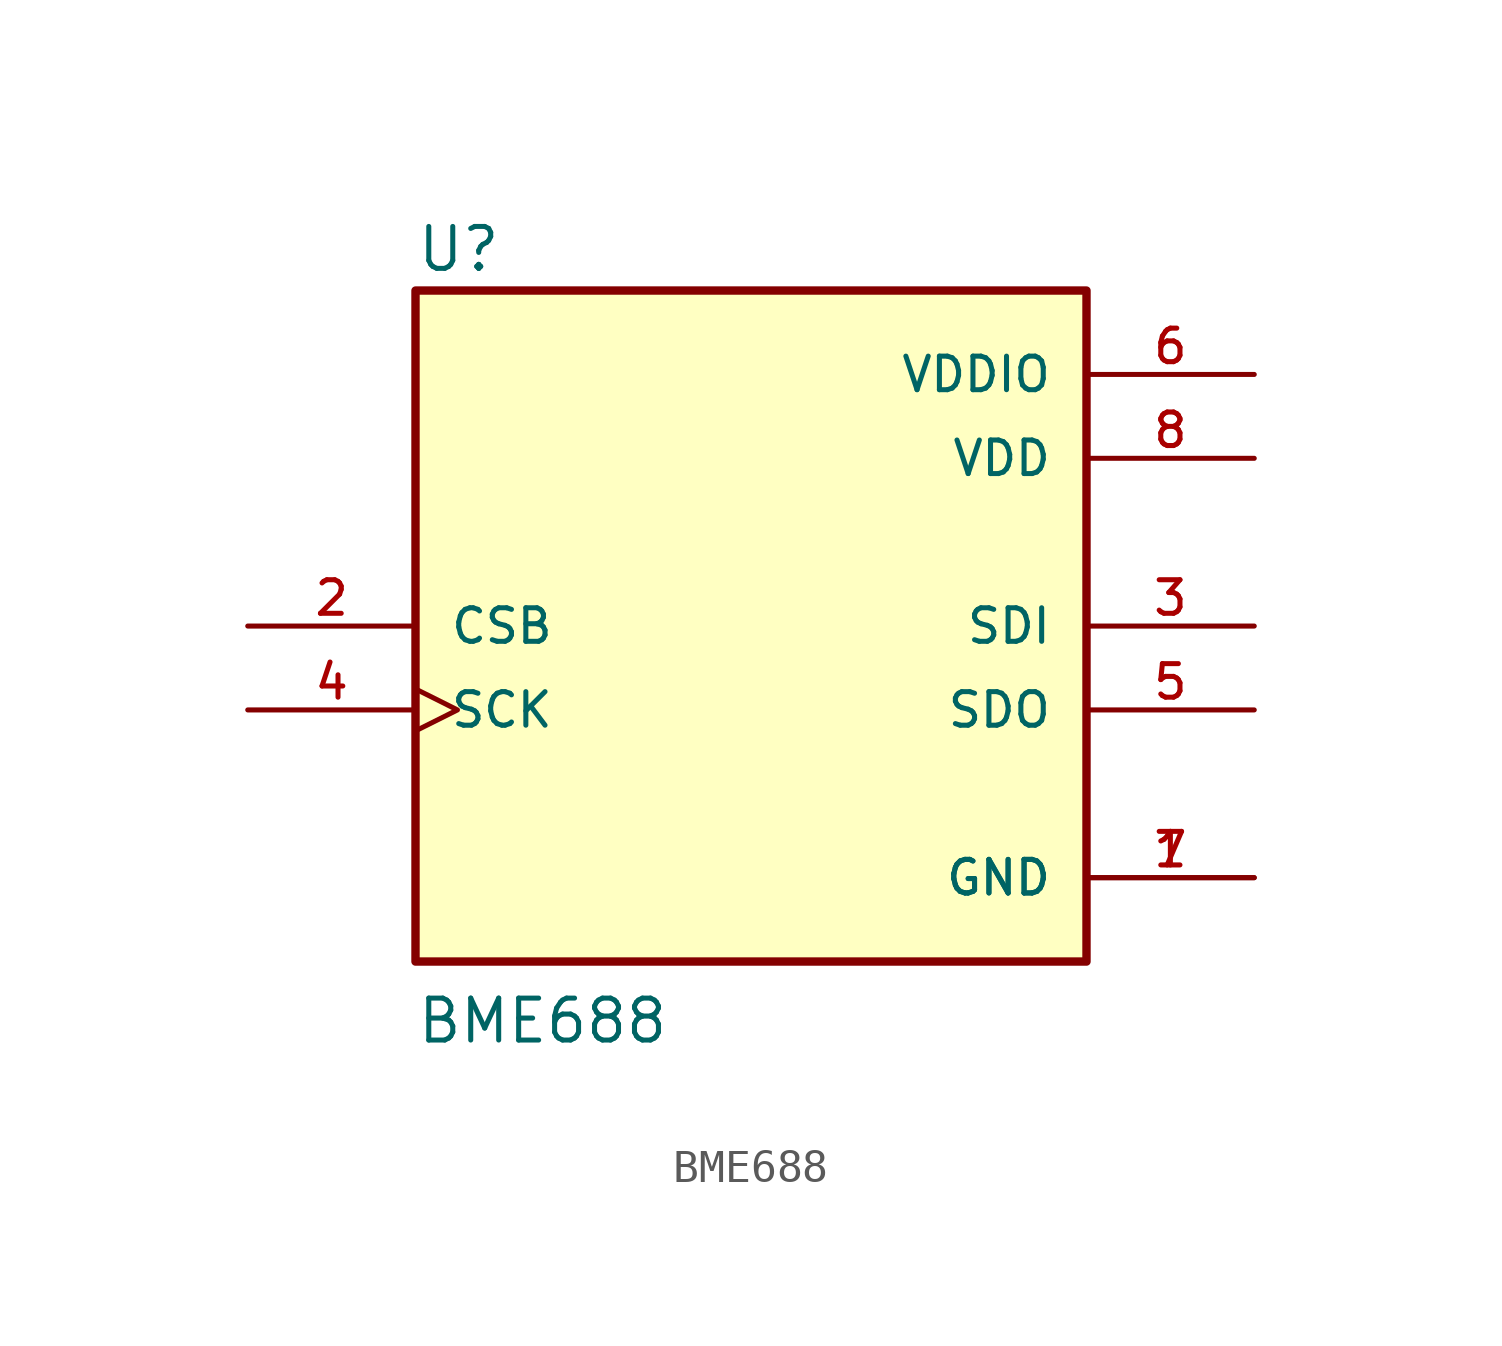
<source format=kicad_sym>
(kicad_symbol_lib
  (version 20211014)
  (generator kicad_symbol_editor)
  (symbol "BME688"
    (pin_names
      (offset 1.016))
    (property "Reference" "U"
      (at -10.16 10.668 0)
      (effects (font (size 1.27 1.27)) (justify bottom left)))
    (property "Value" "BME688"
      (at -10.16 -12.7 0)
      (effects (font (size 1.27 1.27)) (justify bottom left)))
    (symbol "BME688_0_0"
      (rectangle (start -10.16 -10.16) (end 10.16 10.16) (stroke (width 0.254)) (fill (type background)))
      (pin input line (at -15.24 0.0 0) (length 5.08) (name "CSB" (effects (font (size 1.016 1.016)))) (number "2" (effects (font (size 1.016 1.016)))))
      (pin bidirectional line (at 15.24 0.0 180.0) (length 5.08) (name "SDI" (effects (font (size 1.016 1.016)))) (number "3" (effects (font (size 1.016 1.016)))))
      (pin input clock (at -15.24 -2.54 0) (length 5.08) (name "SCK" (effects (font (size 1.016 1.016)))) (number "4" (effects (font (size 1.016 1.016)))))
      (pin bidirectional line (at 15.24 -2.54 180.0) (length 5.08) (name "SDO" (effects (font (size 1.016 1.016)))) (number "5" (effects (font (size 1.016 1.016)))))
      (pin power_in line (at 15.24 7.62 180.0) (length 5.08) (name "VDDIO" (effects (font (size 1.016 1.016)))) (number "6" (effects (font (size 1.016 1.016)))))
      (pin power_in line (at 15.24 -7.62 180.0) (length 5.08) (name "GND" (effects (font (size 1.016 1.016)))) (number "1" (effects (font (size 1.016 1.016)))))
      (pin power_in line (at 15.24 -7.62 180.0) (length 5.08) (name "GND" (effects (font (size 1.016 1.016)))) (number "7" (effects (font (size 1.016 1.016)))))
      (pin power_in line (at 15.24 5.08 180.0) (length 5.08) (name "VDD" (effects (font (size 1.016 1.016)))) (number "8" (effects (font (size 1.016 1.016))))))))
</source>
